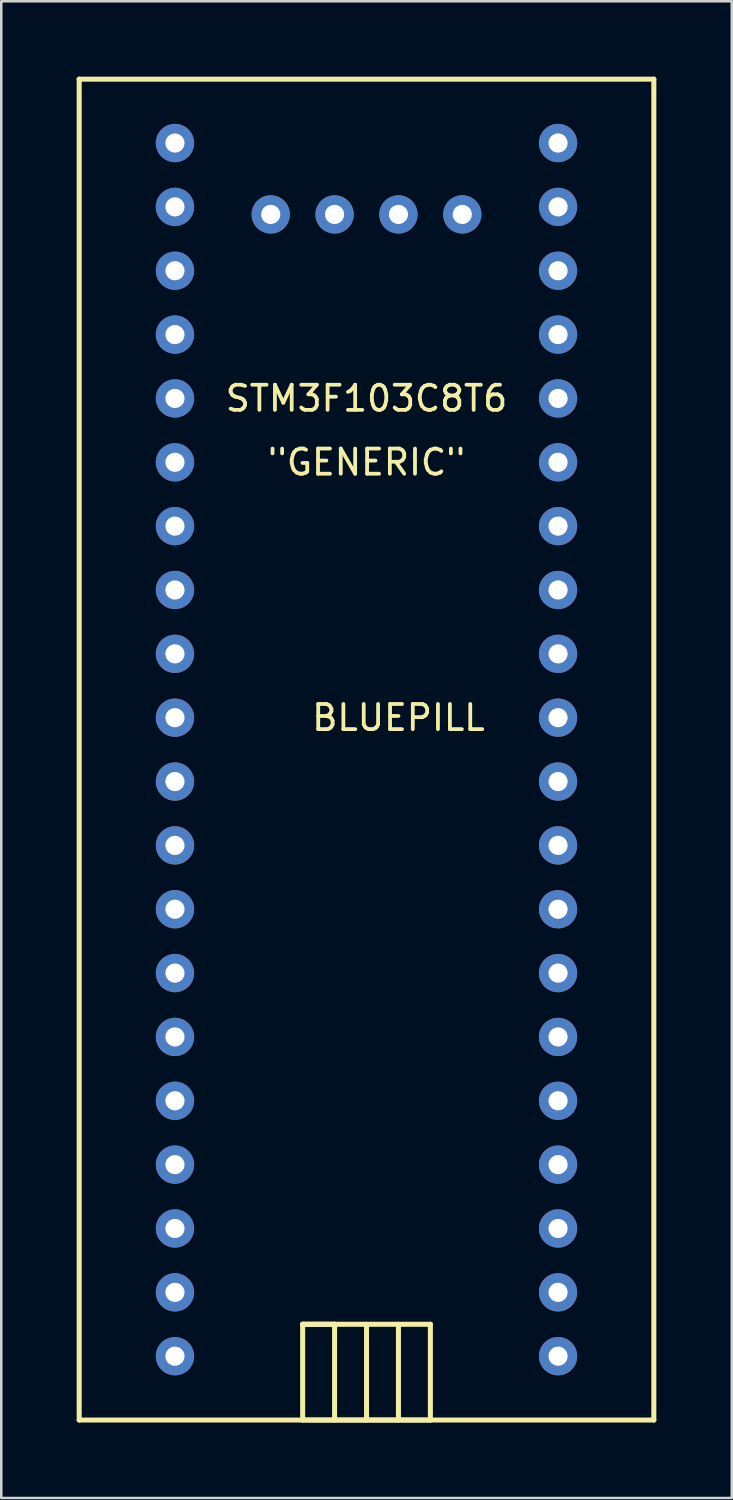
<source format=kicad_pcb>
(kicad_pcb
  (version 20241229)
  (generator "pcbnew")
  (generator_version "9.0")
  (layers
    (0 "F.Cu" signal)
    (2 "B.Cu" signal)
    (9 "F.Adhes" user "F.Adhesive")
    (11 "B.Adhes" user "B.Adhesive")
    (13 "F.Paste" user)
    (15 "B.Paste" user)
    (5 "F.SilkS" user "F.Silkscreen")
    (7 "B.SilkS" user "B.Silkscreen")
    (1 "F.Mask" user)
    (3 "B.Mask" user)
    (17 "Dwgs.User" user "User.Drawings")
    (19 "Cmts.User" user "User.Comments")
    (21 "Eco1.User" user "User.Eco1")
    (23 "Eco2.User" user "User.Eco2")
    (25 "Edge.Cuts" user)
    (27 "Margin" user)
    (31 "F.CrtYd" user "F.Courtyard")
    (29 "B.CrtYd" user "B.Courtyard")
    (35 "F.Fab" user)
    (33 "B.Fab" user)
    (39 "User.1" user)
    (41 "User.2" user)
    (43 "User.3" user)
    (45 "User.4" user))
  (footprint "BLUEPILL"
    (layer "F.Cu")
    (at 11.53 24.23)
    (property "Reference" "BLUEPILL" (at 1.27 1.27 0) (layer "F.SilkS") (effects (font (size 1 1) (thickness 0.15))))
    (attr through_hole)
    (fp_line (start -11.43 -24.13) (end 11.43 -24.13) (stroke (width 0.2) (type solid)) (layer "F.SilkS"))
    (fp_line (start -11.43 29.21) (end -11.43 -24.13) (stroke (width 0.2) (type solid)) (layer "F.SilkS"))
    (fp_line (start -2.54 25.4) (end -2.54 29.21) (stroke (width 0.2) (type solid)) (layer "F.SilkS"))
    (fp_line (start -2.54 25.4) (end -1.27 25.4) (stroke (width 0.2) (type solid)) (layer "F.SilkS"))
    (fp_line (start -2.54 29.21) (end 2.54 29.21) (stroke (width 0.2) (type solid)) (layer "F.SilkS"))
    (fp_line (start -1.27 25.4) (end -1.27 29.21) (stroke (width 0.2) (type solid)) (layer "F.SilkS"))
    (fp_line (start 0 25.4) (end 0 29.21) (stroke (width 0.2) (type solid)) (layer "F.SilkS"))
    (fp_line (start 1.27 25.4) (end 1.27 29.21) (stroke (width 0.2) (type solid)) (layer "F.SilkS"))
    (fp_line (start 2.54 25.4) (end -2.54 25.4) (stroke (width 0.2) (type solid)) (layer "F.SilkS"))
    (fp_line (start 2.54 29.21) (end 2.54 25.4) (stroke (width 0.2) (type solid)) (layer "F.SilkS"))
    (fp_line (start 11.43 -24.13) (end 11.43 29.21) (stroke (width 0.2) (type solid)) (layer "F.SilkS"))
    (fp_line (start 11.43 29.21) (end -11.43 29.21) (stroke (width 0.2) (type solid)) (layer "F.SilkS"))
    (fp_text user "STM3F103C8T6" (at 0 -11.43 0) (layer "F.SilkS") (effects (font (size 1 1) (thickness 0.15))))
    (fp_text user "\"GENERIC\"" (at 0 -8.89 0) (layer "F.SilkS") (effects (font (size 1 1) (thickness 0.15))))
    (pad "1" thru_hole circle (at -7.62 -21.59) (size 1.524 1.524) (drill 0.762) (layers "*.Cu" "*.Mask"))
    (pad "2" thru_hole circle (at -7.62 -19.05) (size 1.524 1.524) (drill 0.762) (layers "*.Cu" "*.Mask"))
    (pad "3" thru_hole circle (at -7.62 -16.51) (size 1.524 1.524) (drill 0.762) (layers "*.Cu" "*.Mask"))
    (pad "4" thru_hole circle (at -7.62 -13.97) (size 1.524 1.524) (drill 0.762) (layers "*.Cu" "*.Mask"))
    (pad "7" thru_hole circle (at -7.62 19.05) (size 1.524 1.524) (drill 0.762) (layers "*.Cu" "*.Mask"))
    (pad "10" thru_hole circle (at -7.62 -11.43) (size 1.524 1.524) (drill 0.762) (layers "*.Cu" "*.Mask"))
    (pad "11" thru_hole circle (at -7.62 -8.89) (size 1.524 1.524) (drill 0.762) (layers "*.Cu" "*.Mask"))
    (pad "12" thru_hole circle (at -7.62 -6.35) (size 1.524 1.524) (drill 0.762) (layers "*.Cu" "*.Mask"))
    (pad "13" thru_hole circle (at -7.62 -3.81) (size 1.524 1.524) (drill 0.762) (layers "*.Cu" "*.Mask"))
    (pad "14" thru_hole circle (at -7.62 -1.27) (size 1.524 1.524) (drill 0.762) (layers "*.Cu" "*.Mask"))
    (pad "15" thru_hole circle (at -7.62 1.27) (size 1.524 1.524) (drill 0.762) (layers "*.Cu" "*.Mask"))
    (pad "16" thru_hole circle (at -7.62 3.81) (size 1.524 1.524) (drill 0.762) (layers "*.Cu" "*.Mask"))
    (pad "17" thru_hole circle (at -7.62 6.35) (size 1.524 1.524) (drill 0.762) (layers "*.Cu" "*.Mask"))
    (pad "18" thru_hole circle (at -7.62 8.89) (size 1.524 1.524) (drill 0.762) (layers "*.Cu" "*.Mask"))
    (pad "19" thru_hole circle (at -7.62 11.43) (size 1.524 1.524) (drill 0.762) (layers "*.Cu" "*.Mask"))
    (pad "21" thru_hole circle (at -7.62 13.97) (size 1.524 1.524) (drill 0.762) (layers "*.Cu" "*.Mask"))
    (pad "22" thru_hole circle (at -7.62 16.51) (size 1.524 1.524) (drill 0.762) (layers "*.Cu" "*.Mask"))
    (pad "25" thru_hole circle (at 7.62 26.67) (size 1.524 1.524) (drill 0.762) (layers "*.Cu" "*.Mask"))
    (pad "26" thru_hole circle (at 7.62 24.13) (size 1.524 1.524) (drill 0.762) (layers "*.Cu" "*.Mask"))
    (pad "27" thru_hole circle (at 7.62 21.59) (size 1.524 1.524) (drill 0.762) (layers "*.Cu" "*.Mask"))
    (pad "28" thru_hole circle (at 7.62 19.05) (size 1.524 1.524) (drill 0.762) (layers "*.Cu" "*.Mask"))
    (pad "29" thru_hole circle (at 7.62 16.51) (size 1.524 1.524) (drill 0.762) (layers "*.Cu" "*.Mask"))
    (pad "30" thru_hole circle (at 7.62 13.97) (size 1.524 1.524) (drill 0.762) (layers "*.Cu" "*.Mask"))
    (pad "31" thru_hole circle (at 7.62 11.43) (size 1.524 1.524) (drill 0.762) (layers "*.Cu" "*.Mask"))
    (pad "32" thru_hole circle (at 7.62 8.89) (size 1.524 1.524) (drill 0.762) (layers "*.Cu" "*.Mask"))
    (pad "33" thru_hole circle (at 7.62 6.35) (size 1.524 1.524) (drill 0.762) (layers "*.Cu" "*.Mask"))
    (pad "34" thru_hole circle (at 1.27 -18.75) (size 1.524 1.524) (drill 0.762) (layers "*.Cu" "*.Mask"))
    (pad "37" thru_hole circle (at -1.27 -18.75) (size 1.524 1.524) (drill 0.762) (layers "*.Cu" "*.Mask"))
    (pad "38" thru_hole circle (at 7.62 3.81) (size 1.524 1.524) (drill 0.762) (layers "*.Cu" "*.Mask"))
    (pad "39" thru_hole circle (at 7.62 1.27) (size 1.524 1.524) (drill 0.762) (layers "*.Cu" "*.Mask"))
    (pad "40" thru_hole circle (at 7.62 -1.27) (size 1.524 1.524) (drill 0.762) (layers "*.Cu" "*.Mask"))
    (pad "41" thru_hole circle (at 7.62 -3.81) (size 1.524 1.524) (drill 0.762) (layers "*.Cu" "*.Mask"))
    (pad "42" thru_hole circle (at 7.62 -6.35) (size 1.524 1.524) (drill 0.762) (layers "*.Cu" "*.Mask"))
    (pad "43" thru_hole circle (at 7.62 -8.89) (size 1.524 1.524) (drill 0.762) (layers "*.Cu" "*.Mask"))
    (pad "45" thru_hole circle (at 7.62 -11.43) (size 1.524 1.524) (drill 0.762) (layers "*.Cu" "*.Mask"))
    (pad "46" thru_hole circle (at 7.62 -13.97) (size 1.524 1.524) (drill 0.762) (layers "*.Cu" "*.Mask"))
    (pad "70" thru_hole circle (at -7.62 21.59) (size 1.524 1.524) (drill 0.762) (layers "*.Cu" "*.Mask"))
    (pad "71" thru_hole circle (at -7.62 24.13) (size 1.524 1.524) (drill 0.762) (layers "*.Cu" "*.Mask"))
    (pad "72" thru_hole circle (at -7.62 26.67) (size 1.524 1.524) (drill 0.762) (layers "*.Cu" "*.Mask"))
    (pad "73" thru_hole circle (at 7.62 -21.59) (size 1.524 1.524) (drill 0.762) (layers "*.Cu" "*.Mask"))
    (pad "74" thru_hole circle (at 7.62 -19.05) (size 1.524 1.524) (drill 0.762) (layers "*.Cu" "*.Mask"))
    (pad "75" thru_hole circle (at 7.62 -16.51) (size 1.524 1.524) (drill 0.762) (layers "*.Cu" "*.Mask"))
    (pad "76" thru_hole circle (at -3.81 -18.75) (size 1.524 1.524) (drill 0.762) (layers "*.Cu" "*.Mask"))
    (pad "77" thru_hole circle (at 3.81 -18.75) (size 1.524 1.524) (drill 0.762) (layers "*.Cu" "*.Mask")))
  (gr_rect
    (start -3 -3)
    (end 26.06 56.54)
    (stroke (width 0.1) (type default))
    (fill no)
    (layer "Edge.Cuts")))
</source>
